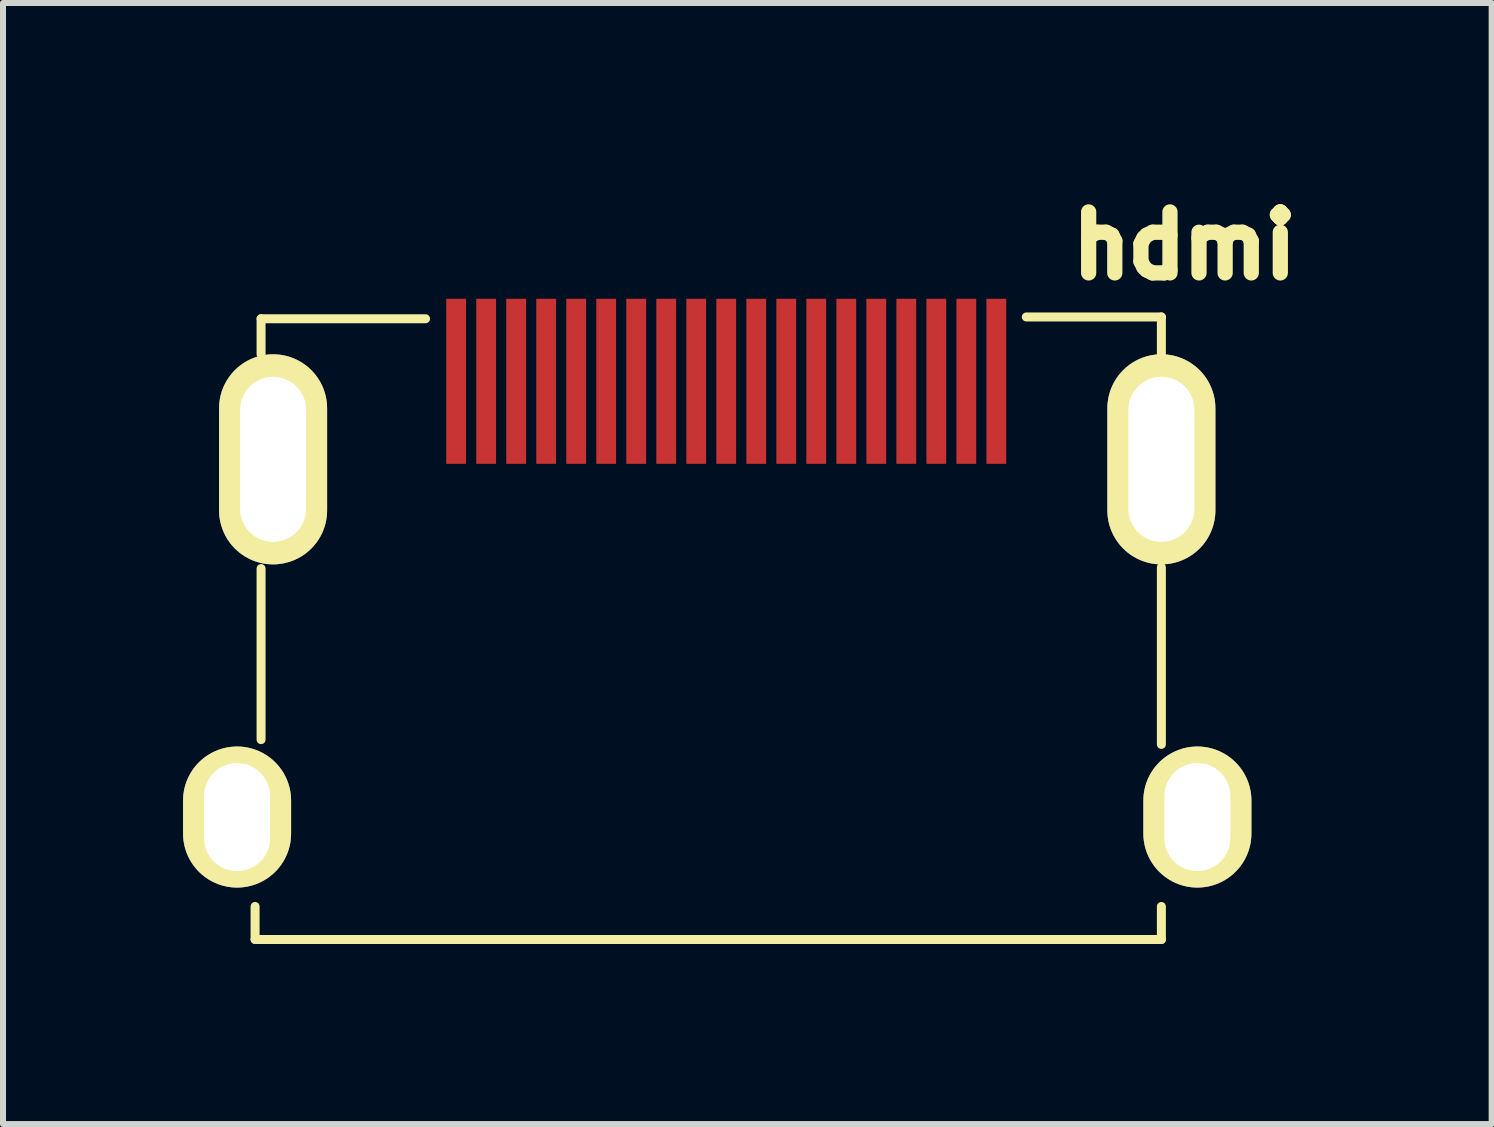
<source format=kicad_pcb>
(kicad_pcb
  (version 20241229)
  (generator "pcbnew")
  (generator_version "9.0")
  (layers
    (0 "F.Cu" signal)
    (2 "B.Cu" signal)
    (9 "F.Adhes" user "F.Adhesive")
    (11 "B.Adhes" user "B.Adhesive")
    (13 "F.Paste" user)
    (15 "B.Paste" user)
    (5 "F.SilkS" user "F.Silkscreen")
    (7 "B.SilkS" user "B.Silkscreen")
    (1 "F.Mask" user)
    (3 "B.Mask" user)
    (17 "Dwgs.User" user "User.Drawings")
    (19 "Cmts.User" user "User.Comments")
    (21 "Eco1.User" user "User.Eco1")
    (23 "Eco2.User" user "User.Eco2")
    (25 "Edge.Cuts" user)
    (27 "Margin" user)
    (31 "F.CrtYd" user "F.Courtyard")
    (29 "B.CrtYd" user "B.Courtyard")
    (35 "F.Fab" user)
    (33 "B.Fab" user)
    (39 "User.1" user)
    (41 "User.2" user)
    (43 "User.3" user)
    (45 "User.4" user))
  (footprint "hdmi"
    (layer "F.Cu")
    (at 9.05 4.603)
    (property "Reference" "hdmi" (at 7.635 -3.563 0) (layer "F.SilkS") (effects (font (size 1.016 1.016) (thickness 0.254))))
    (attr through_hole)
    (fp_line (start -7.85 8) (end -7.85 7.45) (stroke (width 0.15) (type solid)) (layer "F.SilkS"))
    (fp_line (start -7.75 -2.342) (end -5.01 -2.342) (stroke (width 0.15) (type solid)) (layer "F.SilkS"))
    (fp_line (start -7.75 -1.75) (end -7.75 -2.342) (stroke (width 0.15) (type solid)) (layer "F.SilkS"))
    (fp_line (start -7.75 4.67) (end -7.75 1.82) (stroke (width 0.15) (type solid)) (layer "F.SilkS"))
    (fp_line (start 0 8) (end -7.85 8) (stroke (width 0.15) (type solid)) (layer "F.SilkS"))
    (fp_line (start 0 8) (end 7.25 8) (stroke (width 0.15) (type solid)) (layer "F.SilkS"))
    (fp_line (start 7.25 -2.372) (end 5 -2.372) (stroke (width 0.15) (type solid)) (layer "F.SilkS"))
    (fp_line (start 7.25 -1.75) (end 7.25 -2.372) (stroke (width 0.15) (type solid)) (layer "F.SilkS"))
    (fp_line (start 7.25 4.75) (end 7.25 1.8) (stroke (width 0.15) (type solid)) (layer "F.SilkS"))
    (fp_line (start 7.25 8) (end 7.25 7.45) (stroke (width 0.15) (type solid)) (layer "F.SilkS"))
    (pad "0" thru_hole oval (at -8.15 5.96) (size 1.8 2.35) (drill oval 1.1 1.8) (layers "*.Cu" "*.Mask" "F.SilkS"))
    (pad "0" thru_hole oval (at -7.55 0) (size 1.8 3.5) (drill oval 1.1 2.75) (layers "*.Cu" "*.Mask" "F.SilkS"))
    (pad "0" thru_hole oval (at 7.25 0) (size 1.8 3.5) (drill oval 1.1 2.75) (layers "*.Cu" "*.Mask" "F.SilkS"))
    (pad "0" thru_hole oval (at 7.85 5.96) (size 1.8 2.35) (drill oval 1.1 1.8) (layers "*.Cu" "*.Mask" "F.SilkS"))
    (pad "1" smd rect (at 4.5 -1.3) (size 0.33 2.75) (layers "F.Cu" "F.Mask" "F.Paste"))
    (pad "2" smd rect (at 4 -1.3) (size 0.33 2.75) (layers "F.Cu" "F.Mask" "F.Paste"))
    (pad "3" smd rect (at 3.5 -1.3) (size 0.33 2.75) (layers "F.Cu" "F.Mask" "F.Paste"))
    (pad "4" smd rect (at 3 -1.3) (size 0.33 2.75) (layers "F.Cu" "F.Mask" "F.Paste"))
    (pad "5" smd rect (at 2.5 -1.3) (size 0.33 2.75) (layers "F.Cu" "F.Mask" "F.Paste"))
    (pad "6" smd rect (at 2 -1.3) (size 0.33 2.75) (layers "F.Cu" "F.Mask" "F.Paste"))
    (pad "7" smd rect (at 1.5 -1.3) (size 0.33 2.75) (layers "F.Cu" "F.Mask" "F.Paste"))
    (pad "8" smd rect (at 1 -1.3) (size 0.33 2.75) (layers "F.Cu" "F.Mask" "F.Paste"))
    (pad "9" smd rect (at 0.5 -1.3) (size 0.33 2.75) (layers "F.Cu" "F.Mask" "F.Paste"))
    (pad "10" smd rect (at 0 -1.3) (size 0.33 2.75) (layers "F.Cu" "F.Mask" "F.Paste"))
    (pad "11" smd rect (at -0.5 -1.3) (size 0.33 2.75) (layers "F.Cu" "F.Mask" "F.Paste"))
    (pad "12" smd rect (at -1 -1.3) (size 0.33 2.75) (layers "F.Cu" "F.Mask" "F.Paste"))
    (pad "13" smd rect (at -1.5 -1.3) (size 0.33 2.75) (layers "F.Cu" "F.Mask" "F.Paste"))
    (pad "14" smd rect (at -2 -1.3) (size 0.33 2.75) (layers "F.Cu" "F.Mask" "F.Paste"))
    (pad "15" smd rect (at -2.5 -1.3) (size 0.33 2.75) (layers "F.Cu" "F.Mask" "F.Paste"))
    (pad "16" smd rect (at -3 -1.3) (size 0.33 2.75) (layers "F.Cu" "F.Mask" "F.Paste"))
    (pad "17" smd rect (at -3.5 -1.3) (size 0.33 2.75) (layers "F.Cu" "F.Mask" "F.Paste"))
    (pad "18" smd rect (at -4 -1.3) (size 0.33 2.75) (layers "F.Cu" "F.Mask" "F.Paste"))
    (pad "19" smd rect (at -4.5 -1.3) (size 0.33 2.75) (layers "F.Cu" "F.Mask" "F.Paste")))
  (gr_rect
    (start -3 -3)
    (end 21.803 15.678)
    (stroke (width 0.1) (type default))
    (fill no)
    (layer "Edge.Cuts")))
</source>
